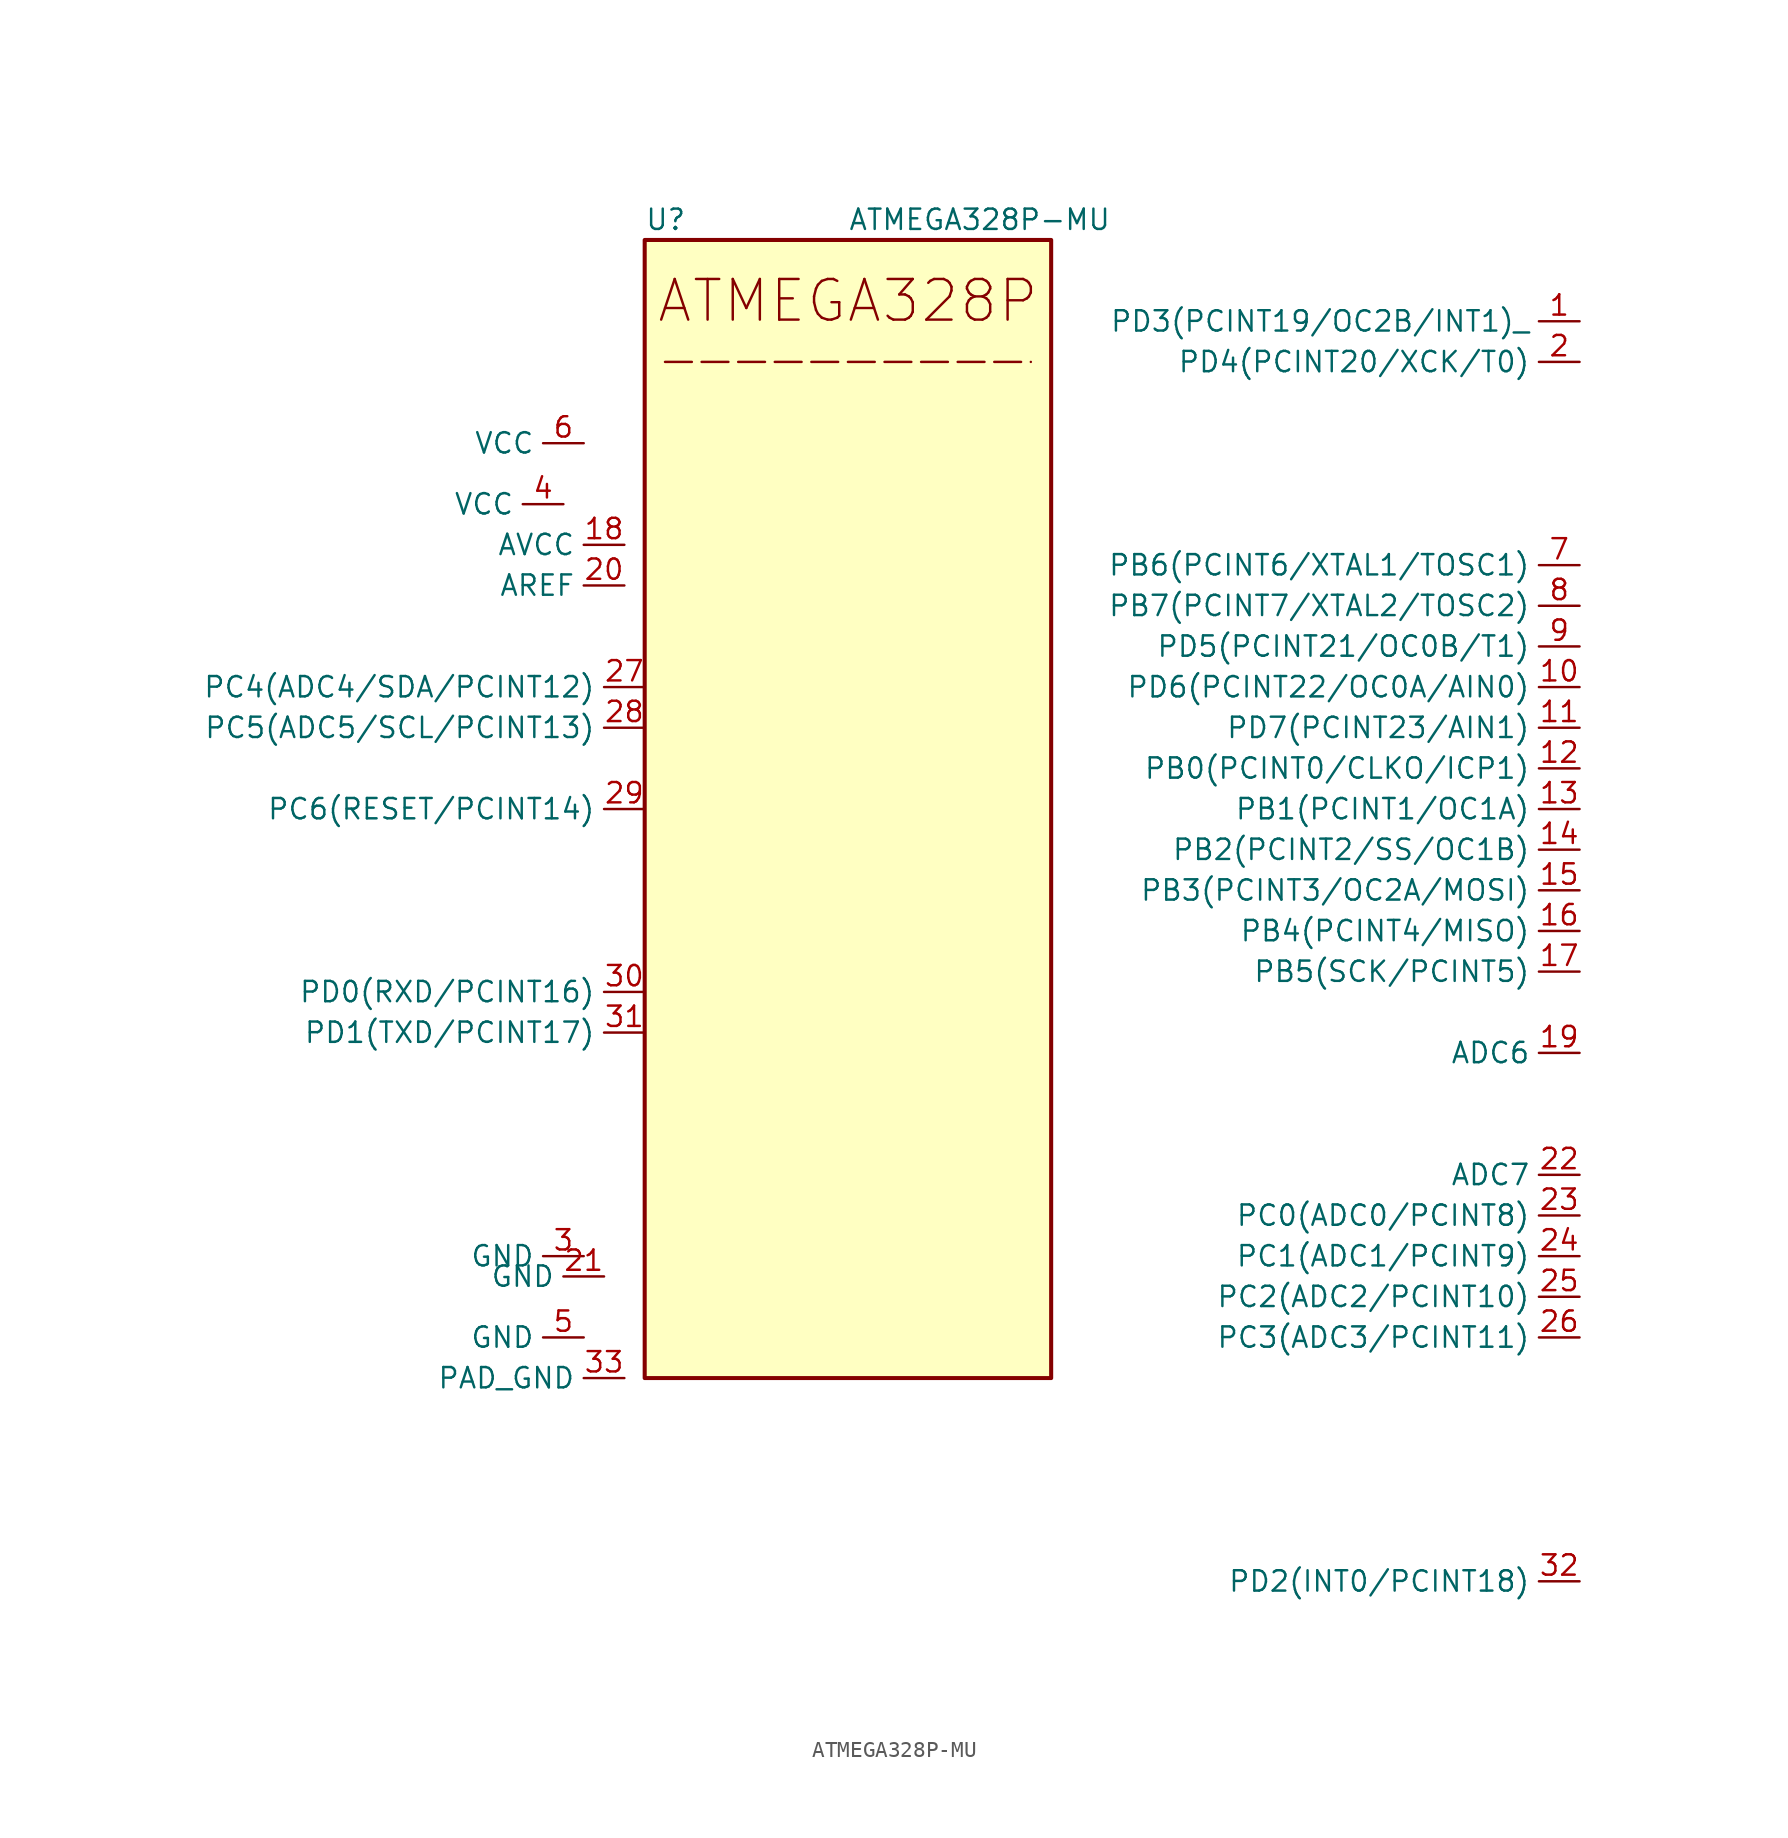
<source format=kicad_sym>
(kicad_symbol_lib
  (version 20231120)
  (generator "kicad_symbol_editor")
  (generator_version "8.0")
  (symbol "ATMEGA328P-MU"
    (property "Reference" "U"
      (at 0 1.27 0)
      (effects (font (size 1.27 1.27)) (justify left)))
    (property "Value" "ATMEGA328P-MU"
      (at 12.7 1.27 0)
      (effects (font (size 1.27 1.27)) (justify left)))
    (symbol "ATMEGA328P-MU_0_1"
      (rectangle (start 0 0) (end 25.4 -71.12) (stroke (width 0.254) (type default)) (fill (type background))))
    (symbol "ATMEGA328P-MU_1_1"
      (polyline (pts (xy 1.27 -7.62) (xy 24.13 -7.62)) (stroke (width 0) (type dash)) (fill (type none)))
      (text "ATMEGA328P" (at 12.7 -3.81 0) (effects (font (size 2.54 2.54))))
      (pin unspecified line (at 58.42 -5.08 180) (length 2.54) (name "PD3(PCINT19/OC2B/INT1)_" (effects (font (size 1.27 1.27)))) (number "1" (effects (font (size 1.27 1.27)))))
      (pin unspecified line (at 58.42 -27.94 180) (length 2.54) (name "PD6(PCINT22/OC0A/AIN0)" (effects (font (size 1.27 1.27)))) (number "10" (effects (font (size 1.27 1.27)))))
      (pin unspecified line (at 58.42 -30.48 180) (length 2.54) (name "PD7(PCINT23/AIN1)" (effects (font (size 1.27 1.27)))) (number "11" (effects (font (size 1.27 1.27)))))
      (pin unspecified line (at 58.42 -33.02 180) (length 2.54) (name "PB0(PCINT0/CLKO/ICP1)" (effects (font (size 1.27 1.27)))) (number "12" (effects (font (size 1.27 1.27)))))
      (pin unspecified line (at 58.42 -35.56 180) (length 2.54) (name "PB1(PCINT1/OC1A)" (effects (font (size 1.27 1.27)))) (number "13" (effects (font (size 1.27 1.27)))))
      (pin unspecified line (at 58.42 -38.1 180) (length 2.54) (name "PB2(PCINT2/SS/OC1B)" (effects (font (size 1.27 1.27)))) (number "14" (effects (font (size 1.27 1.27)))))
      (pin unspecified line (at 58.42 -40.64 180) (length 2.54) (name "PB3(PCINT3/OC2A/MOSI)" (effects (font (size 1.27 1.27)))) (number "15" (effects (font (size 1.27 1.27)))))
      (pin unspecified line (at 58.42 -43.18 180) (length 2.54) (name "PB4(PCINT4/MISO)" (effects (font (size 1.27 1.27)))) (number "16" (effects (font (size 1.27 1.27)))))
      (pin unspecified line (at 58.42 -45.72 180) (length 2.54) (name "PB5(SCK/PCINT5)" (effects (font (size 1.27 1.27)))) (number "17" (effects (font (size 1.27 1.27)))))
      (pin unspecified line (at -1.27 -19.05 180) (length 2.54) (name "AVCC" (effects (font (size 1.27 1.27)))) (number "18" (effects (font (size 1.27 1.27)))))
      (pin unspecified line (at 58.42 -50.8 180) (length 2.54) (name "ADC6" (effects (font (size 1.27 1.27)))) (number "19" (effects (font (size 1.27 1.27)))))
      (pin unspecified line (at 58.42 -7.62 180) (length 2.54) (name "PD4(PCINT20/XCK/T0)" (effects (font (size 1.27 1.27)))) (number "2" (effects (font (size 1.27 1.27)))))
      (pin unspecified line (at -1.27 -21.59 180) (length 2.54) (name "AREF" (effects (font (size 1.27 1.27)))) (number "20" (effects (font (size 1.27 1.27)))))
      (pin unspecified line (at -2.54 -64.77 180) (length 2.54) (name "GND" (effects (font (size 1.27 1.27)))) (number "21" (effects (font (size 1.27 1.27)))))
      (pin unspecified line (at 58.42 -58.42 180) (length 2.54) (name "ADC7" (effects (font (size 1.27 1.27)))) (number "22" (effects (font (size 1.27 1.27)))))
      (pin unspecified line (at 58.42 -60.96 180) (length 2.54) (name "PC0(ADC0/PCINT8)" (effects (font (size 1.27 1.27)))) (number "23" (effects (font (size 1.27 1.27)))))
      (pin unspecified line (at 58.42 -63.5 180) (length 2.54) (name "PC1(ADC1/PCINT9)" (effects (font (size 1.27 1.27)))) (number "24" (effects (font (size 1.27 1.27)))))
      (pin unspecified line (at 58.42 -66.04 180) (length 2.54) (name "PC2(ADC2/PCINT10)" (effects (font (size 1.27 1.27)))) (number "25" (effects (font (size 1.27 1.27)))))
      (pin unspecified line (at 58.42 -68.58 180) (length 2.54) (name "PC3(ADC3/PCINT11)" (effects (font (size 1.27 1.27)))) (number "26" (effects (font (size 1.27 1.27)))))
      (pin unspecified line (at 0 -27.94 180) (length 2.54) (name "PC4(ADC4/SDA/PCINT12)" (effects (font (size 1.27 1.27)))) (number "27" (effects (font (size 1.27 1.27)))))
      (pin unspecified line (at 0 -30.48 180) (length 2.54) (name "PC5(ADC5/SCL/PCINT13)" (effects (font (size 1.27 1.27)))) (number "28" (effects (font (size 1.27 1.27)))))
      (pin unspecified line (at 0 -35.56 180) (length 2.54) (name "PC6(RESET/PCINT14)" (effects (font (size 1.27 1.27)))) (number "29" (effects (font (size 1.27 1.27)))))
      (pin unspecified line (at -3.81 -63.5 180) (length 2.54) (name "GND" (effects (font (size 1.27 1.27)))) (number "3" (effects (font (size 1.27 1.27)))))
      (pin unspecified line (at 0 -46.99 180) (length 2.54) (name "PD0(RXD/PCINT16)" (effects (font (size 1.27 1.27)))) (number "30" (effects (font (size 1.27 1.27)))))
      (pin unspecified line (at 0 -49.53 180) (length 2.54) (name "PD1(TXD/PCINT17)" (effects (font (size 1.27 1.27)))) (number "31" (effects (font (size 1.27 1.27)))))
      (pin unspecified line (at 58.42 -83.82 180) (length 2.54) (name "PD2(INT0/PCINT18)" (effects (font (size 1.27 1.27)))) (number "32" (effects (font (size 1.27 1.27)))))
      (pin unspecified line (at -1.27 -71.12 180) (length 2.54) (name "PAD_GND" (effects (font (size 1.27 1.27)))) (number "33" (effects (font (size 1.27 1.27)))))
      (pin unspecified line (at -5.08 -16.51 180) (length 2.54) (name "VCC" (effects (font (size 1.27 1.27)))) (number "4" (effects (font (size 1.27 1.27)))))
      (pin unspecified line (at -3.81 -68.58 180) (length 2.54) (name "GND" (effects (font (size 1.27 1.27)))) (number "5" (effects (font (size 1.27 1.27)))))
      (pin unspecified line (at -3.81 -12.7 180) (length 2.54) (name "VCC" (effects (font (size 1.27 1.27)))) (number "6" (effects (font (size 1.27 1.27)))))
      (pin unspecified line (at 58.42 -20.32 180) (length 2.54) (name "PB6(PCINT6/XTAL1/TOSC1)" (effects (font (size 1.27 1.27)))) (number "7" (effects (font (size 1.27 1.27)))))
      (pin unspecified line (at 58.42 -22.86 180) (length 2.54) (name "PB7(PCINT7/XTAL2/TOSC2)" (effects (font (size 1.27 1.27)))) (number "8" (effects (font (size 1.27 1.27)))))
      (pin unspecified line (at 58.42 -25.4 180) (length 2.54) (name "PD5(PCINT21/OC0B/T1)" (effects (font (size 1.27 1.27)))) (number "9" (effects (font (size 1.27 1.27))))))))
</source>
